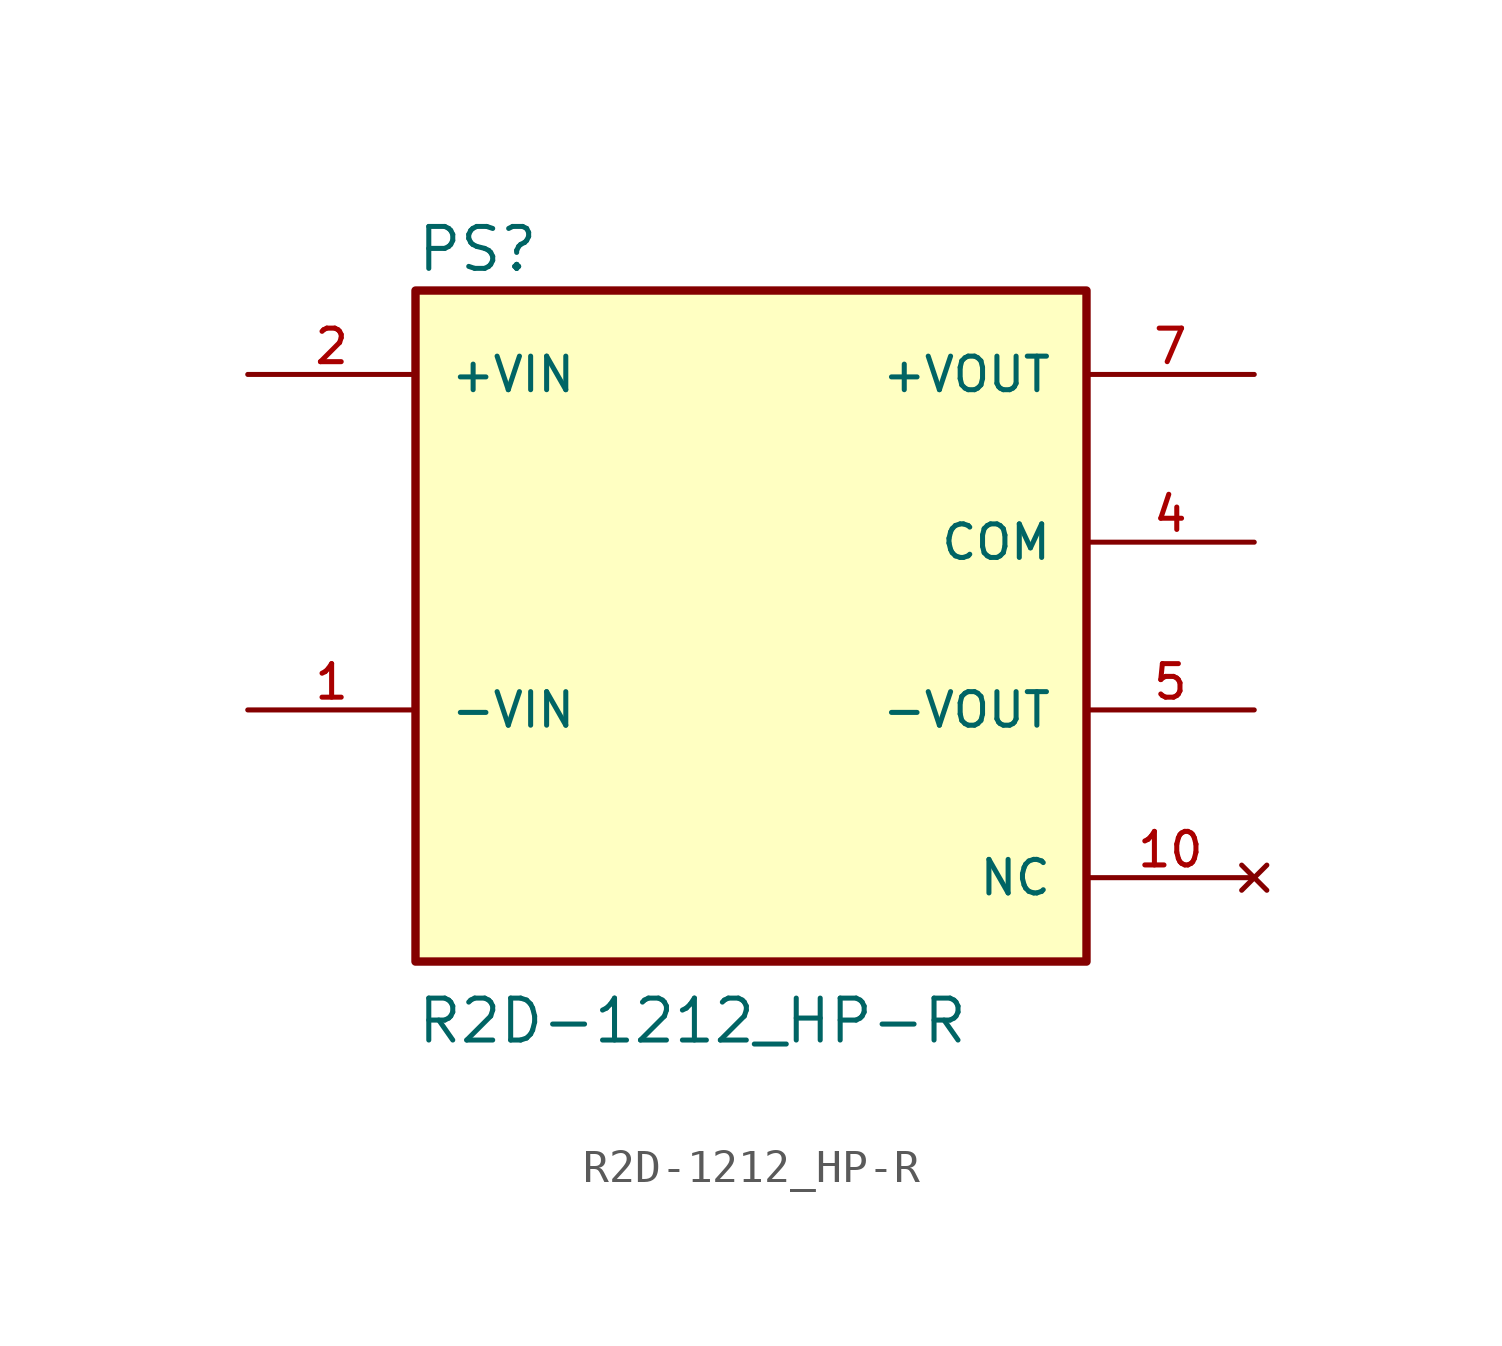
<source format=kicad_sym>
(kicad_symbol_lib
  (version 20211014)
  (generator kicad_symbol_editor)
  (symbol "R2D-1212_HP-R"
    (pin_names
      (offset 1.016))
    (property "Reference" "PS"
      (at -10.16 10.668 0)
      (effects (font (size 1.27 1.27)) (justify bottom left)))
    (property "Value" "R2D-1212_HP-R"
      (at -10.16 -12.7 0)
      (effects (font (size 1.27 1.27)) (justify bottom left)))
    (symbol "R2D-1212_HP-R_0_0"
      (rectangle (start -10.16 -10.16) (end 10.16 10.16) (stroke (width 0.254)) (fill (type background)))
      (pin input line (at -15.24 7.62 0) (length 5.08) (name "+VIN" (effects (font (size 1.016 1.016)))) (number "2" (effects (font (size 1.016 1.016)))))
      (pin output line (at 15.24 7.62 180.0) (length 5.08) (name "+VOUT" (effects (font (size 1.016 1.016)))) (number "7" (effects (font (size 1.016 1.016)))))
      (pin no_connect line (at 15.24 -7.62 180.0) (length 5.08) (name "NC" (effects (font (size 1.016 1.016)))) (number "10" (effects (font (size 1.016 1.016)))))
      (pin input line (at -15.24 -2.54 0) (length 5.08) (name "-VIN" (effects (font (size 1.016 1.016)))) (number "1" (effects (font (size 1.016 1.016)))))
      (pin output line (at 15.24 -2.54 180.0) (length 5.08) (name "-VOUT" (effects (font (size 1.016 1.016)))) (number "5" (effects (font (size 1.016 1.016)))))
      (pin power_in line (at 15.24 2.54 180.0) (length 5.08) (name "COM" (effects (font (size 1.016 1.016)))) (number "4" (effects (font (size 1.016 1.016))))))))
</source>
